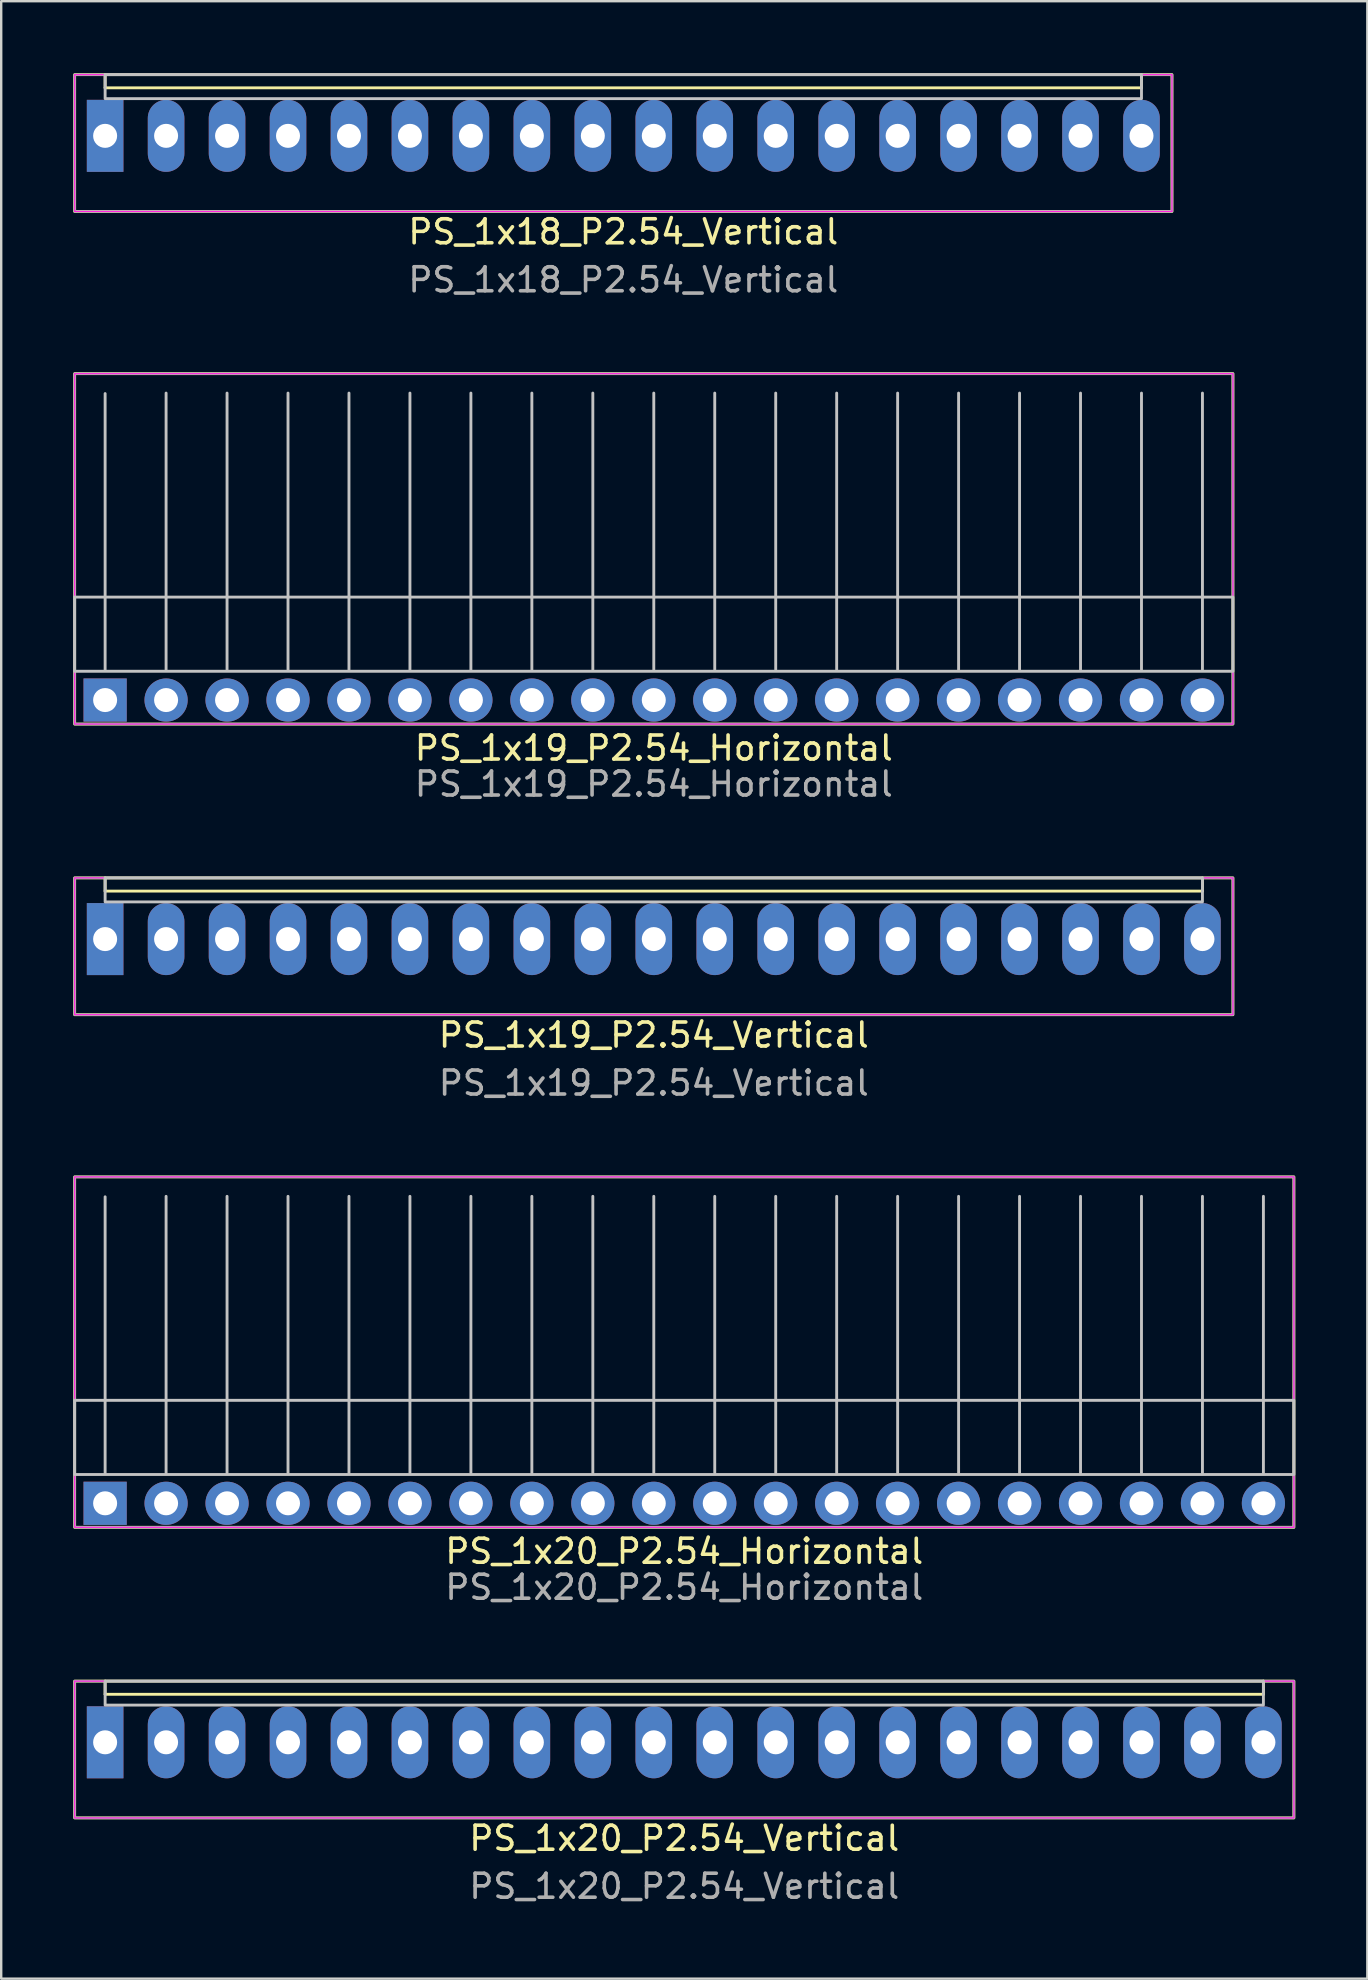
<source format=kicad_pcb>
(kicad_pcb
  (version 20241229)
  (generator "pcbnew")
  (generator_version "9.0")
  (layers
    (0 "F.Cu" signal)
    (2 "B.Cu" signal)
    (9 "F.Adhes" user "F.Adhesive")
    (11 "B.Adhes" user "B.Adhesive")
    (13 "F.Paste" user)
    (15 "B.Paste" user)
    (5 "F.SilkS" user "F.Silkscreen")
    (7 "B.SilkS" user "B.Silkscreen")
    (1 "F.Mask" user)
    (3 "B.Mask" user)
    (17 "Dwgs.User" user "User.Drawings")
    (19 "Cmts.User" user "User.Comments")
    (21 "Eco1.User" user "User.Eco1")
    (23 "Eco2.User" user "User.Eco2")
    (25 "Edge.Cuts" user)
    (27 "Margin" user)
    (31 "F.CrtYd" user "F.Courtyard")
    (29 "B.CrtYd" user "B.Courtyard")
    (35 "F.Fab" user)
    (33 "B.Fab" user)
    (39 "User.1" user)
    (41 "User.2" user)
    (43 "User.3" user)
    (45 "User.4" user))
  (footprint "PS_1x18_P2.54_Vertical"
    (layer "F.Cu")
    (at 1.33 2.61)
    (property "Reference" "PS_1x18_P2.54_Vertical" (at 21.59 4 0) (layer "F.SilkS") (effects (font (size 1 1) (thickness 0.15))))
    (attr through_hole)
    (fp_line (start 0 -2) (end 0 -2.55) (stroke (width 0.12) (type default)) (layer "F.SilkS"))
    (fp_line (start 0 -2) (end 43.18 -2) (stroke (width 0.12) (type default)) (layer "F.SilkS"))
    (fp_line (start 43.18 -2) (end 43.18 -2.55) (stroke (width 0.12) (type default)) (layer "F.SilkS"))
    (fp_rect (start -1.27 -2.55) (end 44.45 3.15) (stroke (width 0.12) (type default)) (fill no) (layer "F.SilkS"))
    (fp_rect (start 0 -2.55) (end 43.18 -1.55) (stroke (width 0.12) (type solid)) (fill no) (layer "Dwgs.User"))
    (fp_rect (start -1.27 -2.55) (end 44.45 3.15) (stroke (width 0.05) (type default)) (fill no) (layer "F.CrtYd"))
    (fp_rect (start -1.27 -2.55) (end 44.45 3.15) (stroke (width 0.1) (type default)) (fill no) (layer "F.Fab"))
    (fp_text user "${REFERENCE}" (at 21.59 6 0) (layer "F.Fab") (effects (font (size 1 1) (thickness 0.15))))
    (pad "1" thru_hole rect (at 0 0) (size 1.524 3) (drill 1) (layers "*.Cu" "*.Mask"))
    (pad "2" thru_hole oval (at 2.54 0) (size 1.524 3) (drill 1) (layers "*.Cu" "*.Mask"))
    (pad "3" thru_hole oval (at 5.08 0) (size 1.524 3) (drill 1) (layers "*.Cu" "*.Mask"))
    (pad "4" thru_hole oval (at 7.62 0) (size 1.524 3) (drill 1) (layers "*.Cu" "*.Mask"))
    (pad "5" thru_hole oval (at 10.16 0) (size 1.524 3) (drill 1) (layers "*.Cu" "*.Mask"))
    (pad "6" thru_hole oval (at 12.7 0) (size 1.524 3) (drill 1) (layers "*.Cu" "*.Mask"))
    (pad "7" thru_hole oval (at 15.24 0) (size 1.524 3) (drill 1) (layers "*.Cu" "*.Mask"))
    (pad "8" thru_hole oval (at 17.78 0) (size 1.524 3) (drill 1) (layers "*.Cu" "*.Mask"))
    (pad "9" thru_hole oval (at 20.32 0) (size 1.524 3) (drill 1) (layers "*.Cu" "*.Mask"))
    (pad "10" thru_hole oval (at 22.86 0) (size 1.524 3) (drill 1) (layers "*.Cu" "*.Mask"))
    (pad "11" thru_hole oval (at 25.4 0) (size 1.524 3) (drill 1) (layers "*.Cu" "*.Mask"))
    (pad "12" thru_hole oval (at 27.94 0) (size 1.524 3) (drill 1) (layers "*.Cu" "*.Mask"))
    (pad "13" thru_hole oval (at 30.48 0) (size 1.524 3) (drill 1) (layers "*.Cu" "*.Mask"))
    (pad "14" thru_hole oval (at 33.02 0) (size 1.524 3) (drill 1) (layers "*.Cu" "*.Mask"))
    (pad "15" thru_hole oval (at 35.56 0) (size 1.524 3) (drill 1) (layers "*.Cu" "*.Mask"))
    (pad "16" thru_hole oval (at 38.1 0) (size 1.524 3) (drill 1) (layers "*.Cu" "*.Mask"))
    (pad "17" thru_hole oval (at 40.64 0) (size 1.524 3) (drill 1) (layers "*.Cu" "*.Mask"))
    (pad "18" thru_hole oval (at 43.18 0) (size 1.524 3) (drill 1) (layers "*.Cu" "*.Mask")))
  (footprint "PS_1x19_P2.54_Vertical"
    (layer "F.Cu")
    (at 1.33 36.077)
    (property "Reference" "PS_1x19_P2.54_Vertical" (at 22.86 4 0) (layer "F.SilkS") (effects (font (size 1 1) (thickness 0.15))))
    (attr through_hole)
    (fp_line (start 0 -2) (end 0 -2.55) (stroke (width 0.12) (type default)) (layer "F.SilkS"))
    (fp_line (start 0 -2) (end 45.72 -2) (stroke (width 0.12) (type default)) (layer "F.SilkS"))
    (fp_line (start 45.72 -2) (end 45.72 -2.55) (stroke (width 0.12) (type default)) (layer "F.SilkS"))
    (fp_rect (start -1.27 -2.55) (end 46.99 3.15) (stroke (width 0.12) (type default)) (fill no) (layer "F.SilkS"))
    (fp_rect (start 0 -2.55) (end 45.72 -1.55) (stroke (width 0.12) (type solid)) (fill no) (layer "Dwgs.User"))
    (fp_rect (start -1.27 -2.55) (end 46.99 3.15) (stroke (width 0.05) (type default)) (fill no) (layer "F.CrtYd"))
    (fp_rect (start -1.27 -2.55) (end 46.99 3.15) (stroke (width 0.1) (type default)) (fill no) (layer "F.Fab"))
    (fp_text user "${REFERENCE}" (at 22.86 6 0) (layer "F.Fab") (effects (font (size 1 1) (thickness 0.15))))
    (pad "1" thru_hole rect (at 0 0) (size 1.524 3) (drill 1) (layers "*.Cu" "*.Mask"))
    (pad "2" thru_hole oval (at 2.54 0) (size 1.524 3) (drill 1) (layers "*.Cu" "*.Mask"))
    (pad "3" thru_hole oval (at 5.08 0) (size 1.524 3) (drill 1) (layers "*.Cu" "*.Mask"))
    (pad "4" thru_hole oval (at 7.62 0) (size 1.524 3) (drill 1) (layers "*.Cu" "*.Mask"))
    (pad "5" thru_hole oval (at 10.16 0) (size 1.524 3) (drill 1) (layers "*.Cu" "*.Mask"))
    (pad "6" thru_hole oval (at 12.7 0) (size 1.524 3) (drill 1) (layers "*.Cu" "*.Mask"))
    (pad "7" thru_hole oval (at 15.24 0) (size 1.524 3) (drill 1) (layers "*.Cu" "*.Mask"))
    (pad "8" thru_hole oval (at 17.78 0) (size 1.524 3) (drill 1) (layers "*.Cu" "*.Mask"))
    (pad "9" thru_hole oval (at 20.32 0) (size 1.524 3) (drill 1) (layers "*.Cu" "*.Mask"))
    (pad "10" thru_hole oval (at 22.86 0) (size 1.524 3) (drill 1) (layers "*.Cu" "*.Mask"))
    (pad "11" thru_hole oval (at 25.4 0) (size 1.524 3) (drill 1) (layers "*.Cu" "*.Mask"))
    (pad "12" thru_hole oval (at 27.94 0) (size 1.524 3) (drill 1) (layers "*.Cu" "*.Mask"))
    (pad "13" thru_hole oval (at 30.48 0) (size 1.524 3) (drill 1) (layers "*.Cu" "*.Mask"))
    (pad "14" thru_hole oval (at 33.02 0) (size 1.524 3) (drill 1) (layers "*.Cu" "*.Mask"))
    (pad "15" thru_hole oval (at 35.56 0) (size 1.524 3) (drill 1) (layers "*.Cu" "*.Mask"))
    (pad "16" thru_hole oval (at 38.1 0) (size 1.524 3) (drill 1) (layers "*.Cu" "*.Mask"))
    (pad "17" thru_hole oval (at 40.64 0) (size 1.524 3) (drill 1) (layers "*.Cu" "*.Mask"))
    (pad "18" thru_hole oval (at 43.18 0) (size 1.524 3) (drill 1) (layers "*.Cu" "*.Mask"))
    (pad "19" thru_hole oval (at 45.72 0) (size 1.524 3) (drill 1) (layers "*.Cu" "*.Mask")))
  (footprint "PS_1x20_P2.54_Vertical"
    (layer "F.Cu")
    (at 1.33 69.543)
    (property "Reference" "PS_1x20_P2.54_Vertical" (at 24.13 4 0) (layer "F.SilkS") (effects (font (size 1 1) (thickness 0.15))))
    (attr through_hole)
    (fp_line (start 0 -2) (end 0 -2.55) (stroke (width 0.12) (type default)) (layer "F.SilkS"))
    (fp_line (start 0 -2) (end 48.26 -2) (stroke (width 0.12) (type default)) (layer "F.SilkS"))
    (fp_line (start 48.26 -2) (end 48.26 -2.55) (stroke (width 0.12) (type default)) (layer "F.SilkS"))
    (fp_rect (start -1.27 -2.55) (end 49.53 3.15) (stroke (width 0.12) (type default)) (fill no) (layer "F.SilkS"))
    (fp_rect (start 0 -2.55) (end 48.26 -1.55) (stroke (width 0.12) (type solid)) (fill no) (layer "Dwgs.User"))
    (fp_rect (start -1.27 -2.55) (end 49.53 3.15) (stroke (width 0.05) (type default)) (fill no) (layer "F.CrtYd"))
    (fp_rect (start -1.27 -2.55) (end 49.53 3.15) (stroke (width 0.1) (type default)) (fill no) (layer "F.Fab"))
    (fp_text user "${REFERENCE}" (at 24.13 6 0) (layer "F.Fab") (effects (font (size 1 1) (thickness 0.15))))
    (pad "1" thru_hole rect (at 0 0) (size 1.524 3) (drill 1) (layers "*.Cu" "*.Mask"))
    (pad "2" thru_hole oval (at 2.54 0) (size 1.524 3) (drill 1) (layers "*.Cu" "*.Mask"))
    (pad "3" thru_hole oval (at 5.08 0) (size 1.524 3) (drill 1) (layers "*.Cu" "*.Mask"))
    (pad "4" thru_hole oval (at 7.62 0) (size 1.524 3) (drill 1) (layers "*.Cu" "*.Mask"))
    (pad "5" thru_hole oval (at 10.16 0) (size 1.524 3) (drill 1) (layers "*.Cu" "*.Mask"))
    (pad "6" thru_hole oval (at 12.7 0) (size 1.524 3) (drill 1) (layers "*.Cu" "*.Mask"))
    (pad "7" thru_hole oval (at 15.24 0) (size 1.524 3) (drill 1) (layers "*.Cu" "*.Mask"))
    (pad "8" thru_hole oval (at 17.78 0) (size 1.524 3) (drill 1) (layers "*.Cu" "*.Mask"))
    (pad "9" thru_hole oval (at 20.32 0) (size 1.524 3) (drill 1) (layers "*.Cu" "*.Mask"))
    (pad "10" thru_hole oval (at 22.86 0) (size 1.524 3) (drill 1) (layers "*.Cu" "*.Mask"))
    (pad "11" thru_hole oval (at 25.4 0) (size 1.524 3) (drill 1) (layers "*.Cu" "*.Mask"))
    (pad "12" thru_hole oval (at 27.94 0) (size 1.524 3) (drill 1) (layers "*.Cu" "*.Mask"))
    (pad "13" thru_hole oval (at 30.48 0) (size 1.524 3) (drill 1) (layers "*.Cu" "*.Mask"))
    (pad "14" thru_hole oval (at 33.02 0) (size 1.524 3) (drill 1) (layers "*.Cu" "*.Mask"))
    (pad "15" thru_hole oval (at 35.56 0) (size 1.524 3) (drill 1) (layers "*.Cu" "*.Mask"))
    (pad "16" thru_hole oval (at 38.1 0) (size 1.524 3) (drill 1) (layers "*.Cu" "*.Mask"))
    (pad "17" thru_hole oval (at 40.64 0) (size 1.524 3) (drill 1) (layers "*.Cu" "*.Mask"))
    (pad "18" thru_hole oval (at 43.18 0) (size 1.524 3) (drill 1) (layers "*.Cu" "*.Mask"))
    (pad "19" thru_hole oval (at 45.72 0) (size 1.524 3) (drill 1) (layers "*.Cu" "*.Mask"))
    (pad "20" thru_hole oval (at 48.26 0) (size 1.524 3) (drill 1) (layers "*.Cu" "*.Mask")))
  (footprint "PS_1x20_P2.54_Horizontal"
    (layer "F.Cu")
    (at 1.33 59.585)
    (property "Reference" "PS_1x20_P2.54_Horizontal" (at 24.13 2 0) (layer "F.SilkS") (effects (font (size 1 1) (thickness 0.15))))
    (attr through_hole)
    (fp_rect (start -1.27 -13.6) (end 49.53 1) (stroke (width 0.12) (type default)) (fill no) (layer "F.SilkS"))
    (fp_line (start 0 -1.27) (end 0 -12.77) (stroke (width 0.12) (type solid)) (layer "Dwgs.User"))
    (fp_line (start 2.54 -1.27) (end 2.54 -12.79) (stroke (width 0.12) (type solid)) (layer "Dwgs.User"))
    (fp_line (start 5.08 -1.27) (end 5.08 -12.79) (stroke (width 0.12) (type solid)) (layer "Dwgs.User"))
    (fp_line (start 7.62 -1.27) (end 7.62 -12.79) (stroke (width 0.12) (type solid)) (layer "Dwgs.User"))
    (fp_line (start 10.16 -1.27) (end 10.16 -12.79) (stroke (width 0.12) (type solid)) (layer "Dwgs.User"))
    (fp_line (start 12.7 -1.27) (end 12.7 -12.79) (stroke (width 0.12) (type solid)) (layer "Dwgs.User"))
    (fp_line (start 15.24 -1.27) (end 15.24 -12.79) (stroke (width 0.12) (type solid)) (layer "Dwgs.User"))
    (fp_line (start 17.78 -1.27) (end 17.78 -12.79) (stroke (width 0.12) (type solid)) (layer "Dwgs.User"))
    (fp_line (start 20.32 -1.27) (end 20.32 -12.79) (stroke (width 0.12) (type solid)) (layer "Dwgs.User"))
    (fp_line (start 22.86 -1.27) (end 22.86 -12.79) (stroke (width 0.12) (type solid)) (layer "Dwgs.User"))
    (fp_line (start 25.4 -1.27) (end 25.4 -12.79) (stroke (width 0.12) (type solid)) (layer "Dwgs.User"))
    (fp_line (start 27.94 -1.27) (end 27.94 -12.79) (stroke (width 0.12) (type solid)) (layer "Dwgs.User"))
    (fp_line (start 30.48 -1.27) (end 30.48 -12.79) (stroke (width 0.12) (type solid)) (layer "Dwgs.User"))
    (fp_line (start 33.02 -1.27) (end 33.02 -12.79) (stroke (width 0.12) (type solid)) (layer "Dwgs.User"))
    (fp_line (start 35.56 -1.27) (end 35.56 -12.79) (stroke (width 0.12) (type solid)) (layer "Dwgs.User"))
    (fp_line (start 38.1 -1.27) (end 38.1 -12.79) (stroke (width 0.12) (type solid)) (layer "Dwgs.User"))
    (fp_line (start 40.64 -1.27) (end 40.64 -12.79) (stroke (width 0.12) (type solid)) (layer "Dwgs.User"))
    (fp_line (start 43.18 -1.27) (end 43.18 -12.79) (stroke (width 0.12) (type solid)) (layer "Dwgs.User"))
    (fp_line (start 45.72 -1.27) (end 45.72 -12.79) (stroke (width 0.12) (type solid)) (layer "Dwgs.User"))
    (fp_line (start 48.26 -1.27) (end 48.26 -12.79) (stroke (width 0.12) (type solid)) (layer "Dwgs.User"))
    (fp_rect (start -1.27 -4.29) (end 49.53 -1.2) (stroke (width 0.12) (type solid)) (fill no) (layer "Dwgs.User"))
    (fp_rect (start -1.27 -13.6) (end 49.53 1) (stroke (width 0.05) (type default)) (fill no) (layer "F.CrtYd"))
    (fp_rect (start -1.27 -13.6) (end 49.53 1) (stroke (width 0.1) (type default)) (fill no) (layer "F.Fab"))
    (fp_text user "${REFERENCE}" (at 24.13 3.5 0) (layer "F.Fab") (effects (font (size 1 1) (thickness 0.15))))
    (pad "1" thru_hole rect (at 0 0) (size 1.8 1.8) (drill 1) (layers "*.Cu" "*.Mask"))
    (pad "2" thru_hole circle (at 2.54 0) (size 1.8 1.8) (drill 1) (layers "*.Cu" "*.Mask"))
    (pad "3" thru_hole circle (at 5.08 0) (size 1.8 1.8) (drill 1) (layers "*.Cu" "*.Mask"))
    (pad "4" thru_hole circle (at 7.62 0) (size 1.8 1.8) (drill 1) (layers "*.Cu" "*.Mask"))
    (pad "5" thru_hole circle (at 10.16 0) (size 1.8 1.8) (drill 1) (layers "*.Cu" "*.Mask"))
    (pad "6" thru_hole circle (at 12.7 0) (size 1.8 1.8) (drill 1) (layers "*.Cu" "*.Mask"))
    (pad "7" thru_hole circle (at 15.24 0) (size 1.8 1.8) (drill 1) (layers "*.Cu" "*.Mask"))
    (pad "8" thru_hole circle (at 17.78 0) (size 1.8 1.8) (drill 1) (layers "*.Cu" "*.Mask"))
    (pad "9" thru_hole circle (at 20.32 0) (size 1.8 1.8) (drill 1) (layers "*.Cu" "*.Mask"))
    (pad "10" thru_hole circle (at 22.86 0) (size 1.8 1.8) (drill 1) (layers "*.Cu" "*.Mask"))
    (pad "11" thru_hole circle (at 25.4 0) (size 1.8 1.8) (drill 1) (layers "*.Cu" "*.Mask"))
    (pad "12" thru_hole circle (at 27.94 0) (size 1.8 1.8) (drill 1) (layers "*.Cu" "*.Mask"))
    (pad "13" thru_hole circle (at 30.48 0) (size 1.8 1.8) (drill 1) (layers "*.Cu" "*.Mask"))
    (pad "14" thru_hole circle (at 33.02 0) (size 1.8 1.8) (drill 1) (layers "*.Cu" "*.Mask"))
    (pad "15" thru_hole circle (at 35.56 0) (size 1.8 1.8) (drill 1) (layers "*.Cu" "*.Mask"))
    (pad "16" thru_hole circle (at 38.1 0) (size 1.8 1.8) (drill 1) (layers "*.Cu" "*.Mask"))
    (pad "17" thru_hole circle (at 40.64 0) (size 1.8 1.8) (drill 1) (layers "*.Cu" "*.Mask"))
    (pad "18" thru_hole circle (at 43.18 0) (size 1.8 1.8) (drill 1) (layers "*.Cu" "*.Mask"))
    (pad "19" thru_hole circle (at 45.72 0) (size 1.8 1.8) (drill 1) (layers "*.Cu" "*.Mask"))
    (pad "20" thru_hole circle (at 48.26 0) (size 1.8 1.8) (drill 1) (layers "*.Cu" "*.Mask")))
  (footprint "PS_1x19_P2.54_Horizontal"
    (layer "F.Cu")
    (at 1.33 26.118)
    (property "Reference" "PS_1x19_P2.54_Horizontal" (at 22.86 2 0) (layer "F.SilkS") (effects (font (size 1 1) (thickness 0.15))))
    (attr through_hole)
    (fp_rect (start -1.27 -13.6) (end 46.99 1) (stroke (width 0.12) (type default)) (fill no) (layer "F.SilkS"))
    (fp_line (start 0 -1.27) (end 0 -12.77) (stroke (width 0.12) (type solid)) (layer "Dwgs.User"))
    (fp_line (start 2.54 -1.27) (end 2.54 -12.79) (stroke (width 0.12) (type solid)) (layer "Dwgs.User"))
    (fp_line (start 5.08 -1.27) (end 5.08 -12.79) (stroke (width 0.12) (type solid)) (layer "Dwgs.User"))
    (fp_line (start 7.62 -1.27) (end 7.62 -12.79) (stroke (width 0.12) (type solid)) (layer "Dwgs.User"))
    (fp_line (start 10.16 -1.27) (end 10.16 -12.79) (stroke (width 0.12) (type solid)) (layer "Dwgs.User"))
    (fp_line (start 12.7 -1.27) (end 12.7 -12.79) (stroke (width 0.12) (type solid)) (layer "Dwgs.User"))
    (fp_line (start 15.24 -1.27) (end 15.24 -12.79) (stroke (width 0.12) (type solid)) (layer "Dwgs.User"))
    (fp_line (start 17.78 -1.27) (end 17.78 -12.79) (stroke (width 0.12) (type solid)) (layer "Dwgs.User"))
    (fp_line (start 20.32 -1.27) (end 20.32 -12.79) (stroke (width 0.12) (type solid)) (layer "Dwgs.User"))
    (fp_line (start 22.86 -1.27) (end 22.86 -12.79) (stroke (width 0.12) (type solid)) (layer "Dwgs.User"))
    (fp_line (start 25.4 -1.27) (end 25.4 -12.79) (stroke (width 0.12) (type solid)) (layer "Dwgs.User"))
    (fp_line (start 27.94 -1.27) (end 27.94 -12.79) (stroke (width 0.12) (type solid)) (layer "Dwgs.User"))
    (fp_line (start 30.48 -1.27) (end 30.48 -12.79) (stroke (width 0.12) (type solid)) (layer "Dwgs.User"))
    (fp_line (start 33.02 -1.27) (end 33.02 -12.79) (stroke (width 0.12) (type solid)) (layer "Dwgs.User"))
    (fp_line (start 35.56 -1.27) (end 35.56 -12.79) (stroke (width 0.12) (type solid)) (layer "Dwgs.User"))
    (fp_line (start 38.1 -1.27) (end 38.1 -12.79) (stroke (width 0.12) (type solid)) (layer "Dwgs.User"))
    (fp_line (start 40.64 -1.27) (end 40.64 -12.79) (stroke (width 0.12) (type solid)) (layer "Dwgs.User"))
    (fp_line (start 43.18 -1.27) (end 43.18 -12.79) (stroke (width 0.12) (type solid)) (layer "Dwgs.User"))
    (fp_line (start 45.72 -1.27) (end 45.72 -12.79) (stroke (width 0.12) (type solid)) (layer "Dwgs.User"))
    (fp_rect (start -1.27 -4.29) (end 46.99 -1.2) (stroke (width 0.12) (type solid)) (fill no) (layer "Dwgs.User"))
    (fp_rect (start -1.27 -13.6) (end 46.99 1) (stroke (width 0.05) (type default)) (fill no) (layer "F.CrtYd"))
    (fp_rect (start -1.27 -13.6) (end 46.99 1) (stroke (width 0.1) (type default)) (fill no) (layer "F.Fab"))
    (fp_text user "${REFERENCE}" (at 22.86 3.5 0) (layer "F.Fab") (effects (font (size 1 1) (thickness 0.15))))
    (pad "1" thru_hole rect (at 0 0) (size 1.8 1.8) (drill 1) (layers "*.Cu" "*.Mask"))
    (pad "2" thru_hole circle (at 2.54 0) (size 1.8 1.8) (drill 1) (layers "*.Cu" "*.Mask"))
    (pad "3" thru_hole circle (at 5.08 0) (size 1.8 1.8) (drill 1) (layers "*.Cu" "*.Mask"))
    (pad "4" thru_hole circle (at 7.62 0) (size 1.8 1.8) (drill 1) (layers "*.Cu" "*.Mask"))
    (pad "5" thru_hole circle (at 10.16 0) (size 1.8 1.8) (drill 1) (layers "*.Cu" "*.Mask"))
    (pad "6" thru_hole circle (at 12.7 0) (size 1.8 1.8) (drill 1) (layers "*.Cu" "*.Mask"))
    (pad "7" thru_hole circle (at 15.24 0) (size 1.8 1.8) (drill 1) (layers "*.Cu" "*.Mask"))
    (pad "8" thru_hole circle (at 17.78 0) (size 1.8 1.8) (drill 1) (layers "*.Cu" "*.Mask"))
    (pad "9" thru_hole circle (at 20.32 0) (size 1.8 1.8) (drill 1) (layers "*.Cu" "*.Mask"))
    (pad "10" thru_hole circle (at 22.86 0) (size 1.8 1.8) (drill 1) (layers "*.Cu" "*.Mask"))
    (pad "11" thru_hole circle (at 25.4 0) (size 1.8 1.8) (drill 1) (layers "*.Cu" "*.Mask"))
    (pad "12" thru_hole circle (at 27.94 0) (size 1.8 1.8) (drill 1) (layers "*.Cu" "*.Mask"))
    (pad "13" thru_hole circle (at 30.48 0) (size 1.8 1.8) (drill 1) (layers "*.Cu" "*.Mask"))
    (pad "14" thru_hole circle (at 33.02 0) (size 1.8 1.8) (drill 1) (layers "*.Cu" "*.Mask"))
    (pad "15" thru_hole circle (at 35.56 0) (size 1.8 1.8) (drill 1) (layers "*.Cu" "*.Mask"))
    (pad "16" thru_hole circle (at 38.1 0) (size 1.8 1.8) (drill 1) (layers "*.Cu" "*.Mask"))
    (pad "17" thru_hole circle (at 40.64 0) (size 1.8 1.8) (drill 1) (layers "*.Cu" "*.Mask"))
    (pad "18" thru_hole circle (at 43.18 0) (size 1.8 1.8) (drill 1) (layers "*.Cu" "*.Mask"))
    (pad "19" thru_hole circle (at 45.72 0) (size 1.8 1.8) (drill 1) (layers "*.Cu" "*.Mask")))
  (gr_rect
    (start -3 -3)
    (end 53.92 79.391)
    (stroke (width 0.1) (type default))
    (fill no)
    (layer "Edge.Cuts")))
</source>
